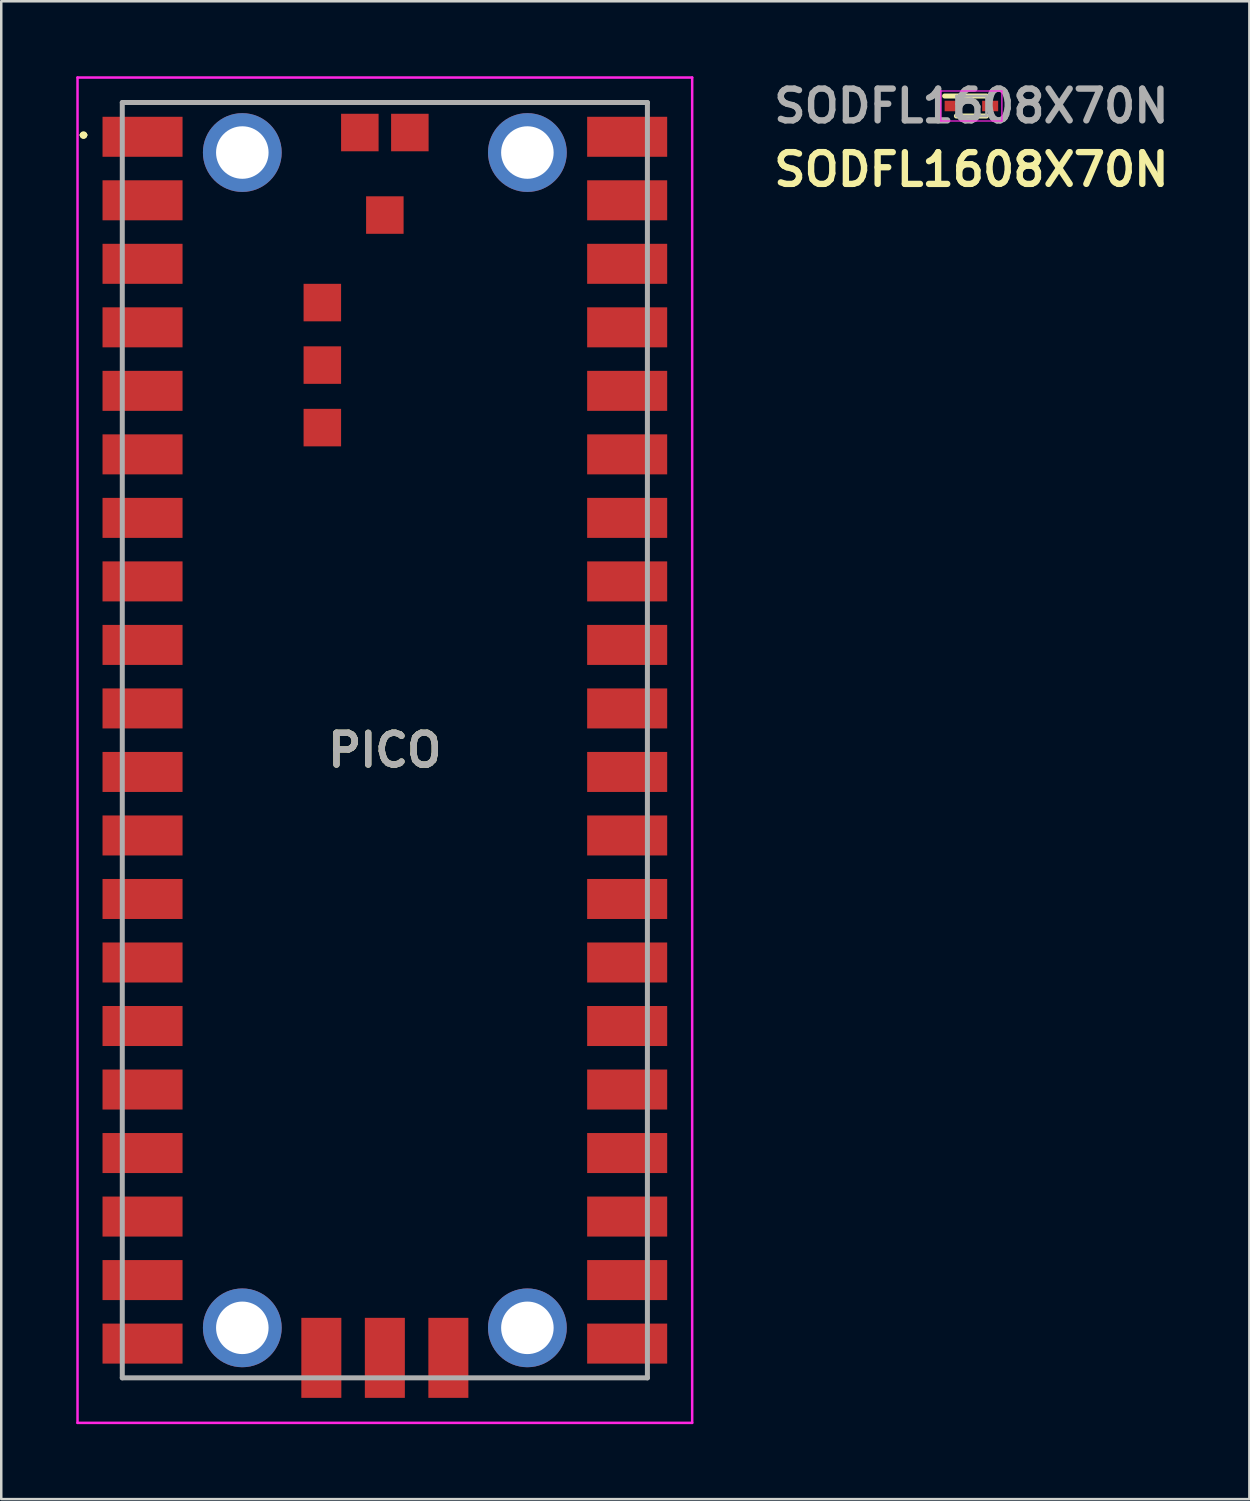
<source format=kicad_pcb>
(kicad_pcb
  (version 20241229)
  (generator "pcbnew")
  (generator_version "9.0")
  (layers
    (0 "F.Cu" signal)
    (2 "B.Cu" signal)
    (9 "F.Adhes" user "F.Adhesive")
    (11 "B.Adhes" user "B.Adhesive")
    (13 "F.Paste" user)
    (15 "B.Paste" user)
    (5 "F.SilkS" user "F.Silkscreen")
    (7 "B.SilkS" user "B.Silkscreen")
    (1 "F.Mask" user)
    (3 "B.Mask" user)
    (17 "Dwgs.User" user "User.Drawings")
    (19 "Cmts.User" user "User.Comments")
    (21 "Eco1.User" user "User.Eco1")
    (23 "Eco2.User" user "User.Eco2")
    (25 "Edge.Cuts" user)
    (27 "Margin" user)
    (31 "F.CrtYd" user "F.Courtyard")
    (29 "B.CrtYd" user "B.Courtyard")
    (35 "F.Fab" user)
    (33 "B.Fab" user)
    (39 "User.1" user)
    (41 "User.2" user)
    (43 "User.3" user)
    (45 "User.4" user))
  (footprint "PICO"
    (layer "F.Cu")
    (at 12.34 26.55)
    (property "Reference" "PICO" (at 0 0.4 0) (layer "F.SilkS") (effects (font (size 1.27 1.27) (thickness 0.254))))
    (attr through_hole)
    (fp_line (start -12.1 -24.2) (end -12.1 -24.2) (stroke (width 0.2) (type solid)) (layer "F.SilkS"))
    (fp_line (start -12.1 -24.2) (end -12.1 -24.2) (stroke (width 0.2) (type solid)) (layer "F.SilkS"))
    (fp_line (start -12 -24.2) (end -12 -24.2) (stroke (width 0.2) (type solid)) (layer "F.SilkS"))
    (fp_arc (start -12.1 -24.2) (mid -12.05 -24.25) (end -12 -24.2) (stroke (width 0.2) (type solid)) (layer "F.SilkS"))
    (fp_arc (start -12 -24.2) (mid -12.05 -24.15) (end -12.1 -24.2) (stroke (width 0.2) (type solid)) (layer "F.SilkS"))
    (fp_arc (start -12 -24.2) (mid -12.05 -24.15) (end -12.1 -24.2) (stroke (width 0.2) (type solid)) (layer "F.SilkS"))
    (fp_line (start -12.29 -26.5) (end 12.29 -26.5) (stroke (width 0.1) (type solid)) (layer "F.CrtYd"))
    (fp_line (start -12.29 27.3) (end -12.29 -26.5) (stroke (width 0.1) (type solid)) (layer "F.CrtYd"))
    (fp_line (start 12.29 -26.5) (end 12.29 27.3) (stroke (width 0.1) (type solid)) (layer "F.CrtYd"))
    (fp_line (start 12.29 27.3) (end -12.29 27.3) (stroke (width 0.1) (type solid)) (layer "F.CrtYd"))
    (fp_line (start -10.5 -25.5) (end -10.5 25.5) (stroke (width 0.2) (type solid)) (layer "F.Fab"))
    (fp_line (start -10.5 25.5) (end 10.5 25.5) (stroke (width 0.2) (type solid)) (layer "F.Fab"))
    (fp_line (start 10.5 -25.5) (end -10.5 -25.5) (stroke (width 0.2) (type solid)) (layer "F.Fab"))
    (fp_line (start 10.5 25.5) (end 10.5 -25.5) (stroke (width 0.2) (type solid)) (layer "F.Fab"))
    (fp_text user "${REFERENCE}" (at 0 0.4 0) (layer "F.Fab") (effects (font (size 1.27 1.27) (thickness 0.254))))
    (pad "1" smd rect (at -9.69 -24.13 90) (size 1.6 3.2) (layers "F.Cu" "F.Mask" "F.Paste"))
    (pad "2" smd rect (at -9.69 -21.59 90) (size 1.6 3.2) (layers "F.Cu" "F.Mask" "F.Paste"))
    (pad "3" smd rect (at -9.69 -19.05 90) (size 1.6 3.2) (layers "F.Cu" "F.Mask" "F.Paste"))
    (pad "4" smd rect (at -9.69 -16.51 90) (size 1.6 3.2) (layers "F.Cu" "F.Mask" "F.Paste"))
    (pad "5" smd rect (at -9.69 -13.97 90) (size 1.6 3.2) (layers "F.Cu" "F.Mask" "F.Paste"))
    (pad "6" smd rect (at -9.69 -11.43 90) (size 1.6 3.2) (layers "F.Cu" "F.Mask" "F.Paste"))
    (pad "7" smd rect (at -9.69 -8.89 90) (size 1.6 3.2) (layers "F.Cu" "F.Mask" "F.Paste"))
    (pad "8" smd rect (at -9.69 -6.35 90) (size 1.6 3.2) (layers "F.Cu" "F.Mask" "F.Paste"))
    (pad "9" smd rect (at -9.69 -3.81 90) (size 1.6 3.2) (layers "F.Cu" "F.Mask" "F.Paste"))
    (pad "10" smd rect (at -9.69 -1.27 90) (size 1.6 3.2) (layers "F.Cu" "F.Mask" "F.Paste"))
    (pad "11" smd rect (at -9.69 1.27 90) (size 1.6 3.2) (layers "F.Cu" "F.Mask" "F.Paste"))
    (pad "12" smd rect (at -9.69 3.81 90) (size 1.6 3.2) (layers "F.Cu" "F.Mask" "F.Paste"))
    (pad "13" smd rect (at -9.69 6.35 90) (size 1.6 3.2) (layers "F.Cu" "F.Mask" "F.Paste"))
    (pad "14" smd rect (at -9.69 8.89 90) (size 1.6 3.2) (layers "F.Cu" "F.Mask" "F.Paste"))
    (pad "15" smd rect (at -9.69 11.43 90) (size 1.6 3.2) (layers "F.Cu" "F.Mask" "F.Paste"))
    (pad "16" smd rect (at -9.69 13.97 90) (size 1.6 3.2) (layers "F.Cu" "F.Mask" "F.Paste"))
    (pad "17" smd rect (at -9.69 16.51 90) (size 1.6 3.2) (layers "F.Cu" "F.Mask" "F.Paste"))
    (pad "18" smd rect (at -9.69 19.05 90) (size 1.6 3.2) (layers "F.Cu" "F.Mask" "F.Paste"))
    (pad "19" smd rect (at -9.69 21.59 90) (size 1.6 3.2) (layers "F.Cu" "F.Mask" "F.Paste"))
    (pad "20" smd rect (at -9.69 24.13 90) (size 1.6 3.2) (layers "F.Cu" "F.Mask" "F.Paste"))
    (pad "21" smd rect (at 9.69 24.13 90) (size 1.6 3.2) (layers "F.Cu" "F.Mask" "F.Paste"))
    (pad "22" smd rect (at 9.69 21.59 90) (size 1.6 3.2) (layers "F.Cu" "F.Mask" "F.Paste"))
    (pad "23" smd rect (at 9.69 19.05 90) (size 1.6 3.2) (layers "F.Cu" "F.Mask" "F.Paste"))
    (pad "24" smd rect (at 9.69 16.51 90) (size 1.6 3.2) (layers "F.Cu" "F.Mask" "F.Paste"))
    (pad "25" smd rect (at 9.69 13.97 90) (size 1.6 3.2) (layers "F.Cu" "F.Mask" "F.Paste"))
    (pad "26" smd rect (at 9.69 11.43 90) (size 1.6 3.2) (layers "F.Cu" "F.Mask" "F.Paste"))
    (pad "27" smd rect (at 9.69 8.89 90) (size 1.6 3.2) (layers "F.Cu" "F.Mask" "F.Paste"))
    (pad "28" smd rect (at 9.69 6.35 90) (size 1.6 3.2) (layers "F.Cu" "F.Mask" "F.Paste"))
    (pad "29" smd rect (at 9.69 3.81 90) (size 1.6 3.2) (layers "F.Cu" "F.Mask" "F.Paste"))
    (pad "30" smd rect (at 9.69 1.27 90) (size 1.6 3.2) (layers "F.Cu" "F.Mask" "F.Paste"))
    (pad "31" smd rect (at 9.69 -1.27 90) (size 1.6 3.2) (layers "F.Cu" "F.Mask" "F.Paste"))
    (pad "32" smd rect (at 9.69 -3.81 90) (size 1.6 3.2) (layers "F.Cu" "F.Mask" "F.Paste"))
    (pad "33" smd rect (at 9.69 -6.35 90) (size 1.6 3.2) (layers "F.Cu" "F.Mask" "F.Paste"))
    (pad "34" smd rect (at 9.69 -8.89 90) (size 1.6 3.2) (layers "F.Cu" "F.Mask" "F.Paste"))
    (pad "35" smd rect (at 9.69 -11.43 90) (size 1.6 3.2) (layers "F.Cu" "F.Mask" "F.Paste"))
    (pad "36" smd rect (at 9.69 -13.97 90) (size 1.6 3.2) (layers "F.Cu" "F.Mask" "F.Paste"))
    (pad "37" smd rect (at 9.69 -16.51 90) (size 1.6 3.2) (layers "F.Cu" "F.Mask" "F.Paste"))
    (pad "38" smd rect (at 9.69 -19.05 90) (size 1.6 3.2) (layers "F.Cu" "F.Mask" "F.Paste"))
    (pad "39" smd rect (at 9.69 -21.59 90) (size 1.6 3.2) (layers "F.Cu" "F.Mask" "F.Paste"))
    (pad "40" smd rect (at 9.69 -24.13 90) (size 1.6 3.2) (layers "F.Cu" "F.Mask" "F.Paste"))
    (pad "D1" smd rect (at -2.54 24.7) (size 1.6 3.2) (layers "F.Cu" "F.Mask" "F.Paste"))
    (pad "D2" smd rect (at 0 24.7) (size 1.6 3.2) (layers "F.Cu" "F.Mask" "F.Paste"))
    (pad "D3" smd rect (at 2.54 24.7) (size 1.6 3.2) (layers "F.Cu" "F.Mask" "F.Paste"))
    (pad "MH1" thru_hole circle (at -5.7 -23.5) (size 3.15 3.15) (drill 2.1) (layers "*.Cu" "*.Mask"))
    (pad "MH2" thru_hole circle (at 5.7 -23.5) (size 3.15 3.15) (drill 2.1) (layers "*.Cu" "*.Mask"))
    (pad "MH3" thru_hole circle (at -5.7 23.5) (size 3.15 3.15) (drill 2.1) (layers "*.Cu" "*.Mask"))
    (pad "MH4" thru_hole circle (at 5.7 23.5) (size 3.15 3.15) (drill 2.1) (layers "*.Cu" "*.Mask"))
    (pad "TP1" smd rect (at 0 -21 90) (size 1.5 1.5) (layers "F.Cu" "F.Mask" "F.Paste"))
    (pad "TP2" smd rect (at 1 -24.3 90) (size 1.5 1.5) (layers "F.Cu" "F.Mask" "F.Paste"))
    (pad "TP3" smd rect (at -1 -24.3 90) (size 1.5 1.5) (layers "F.Cu" "F.Mask" "F.Paste"))
    (pad "TP4" smd rect (at -2.5 -17.5 90) (size 1.5 1.5) (layers "F.Cu" "F.Mask" "F.Paste"))
    (pad "TP5" smd rect (at -2.5 -15 90) (size 1.5 1.5) (layers "F.Cu" "F.Mask" "F.Paste"))
    (pad "TP6" smd rect (at -2.5 -12.5 90) (size 1.5 1.5) (layers "F.Cu" "F.Mask" "F.Paste")))
  (footprint "SODFL1608X70N"
    (layer "F.Cu")
    (at 35.796 1.189)
    (property "Reference" "SODFL1608X70N" (at 0 2.54 0) (layer "F.SilkS") (effects (font (size 1.27 1.27) (thickness 0.254))))
    (attr smd)
    (fp_line (start -1.07 -0.4) (end 0.6 -0.4) (stroke (width 0.2) (type solid)) (layer "F.SilkS"))
    (fp_line (start -0.6 0.4) (end 0.6 0.4) (stroke (width 0.2) (type solid)) (layer "F.SilkS"))
    (fp_line (start -1.22 -0.6) (end 1.22 -0.6) (stroke (width 0.05) (type solid)) (layer "F.CrtYd"))
    (fp_line (start -1.22 0.6) (end -1.22 -0.6) (stroke (width 0.05) (type solid)) (layer "F.CrtYd"))
    (fp_line (start 1.22 -0.6) (end 1.22 0.6) (stroke (width 0.05) (type solid)) (layer "F.CrtYd"))
    (fp_line (start 1.22 0.6) (end -1.22 0.6) (stroke (width 0.05) (type solid)) (layer "F.CrtYd"))
    (fp_line (start -0.6 -0.4) (end 0.6 -0.4) (stroke (width 0.1) (type solid)) (layer "F.Fab"))
    (fp_line (start -0.6 -0.08) (end -0.28 -0.4) (stroke (width 0.1) (type solid)) (layer "F.Fab"))
    (fp_line (start -0.6 0.4) (end -0.6 -0.4) (stroke (width 0.1) (type solid)) (layer "F.Fab"))
    (fp_line (start 0.6 -0.4) (end 0.6 0.4) (stroke (width 0.1) (type solid)) (layer "F.Fab"))
    (fp_line (start 0.6 0.4) (end -0.6 0.4) (stroke (width 0.1) (type solid)) (layer "F.Fab"))
    (fp_text user "${REFERENCE}" (at 0 0 0) (layer "F.Fab") (effects (font (size 1.27 1.27) (thickness 0.254))))
    (pad "1" smd rect (at -0.75 0 90) (size 0.42 0.64) (layers "F.Cu" "F.Mask" "F.Paste"))
    (pad "2" smd rect (at 0.75 0 90) (size 0.42 0.64) (layers "F.Cu" "F.Mask" "F.Paste")))
  (gr_rect
    (start -3 -3)
    (end 46.912 56.9)
    (stroke (width 0.1) (type default))
    (fill no)
    (layer "Edge.Cuts")))
</source>
